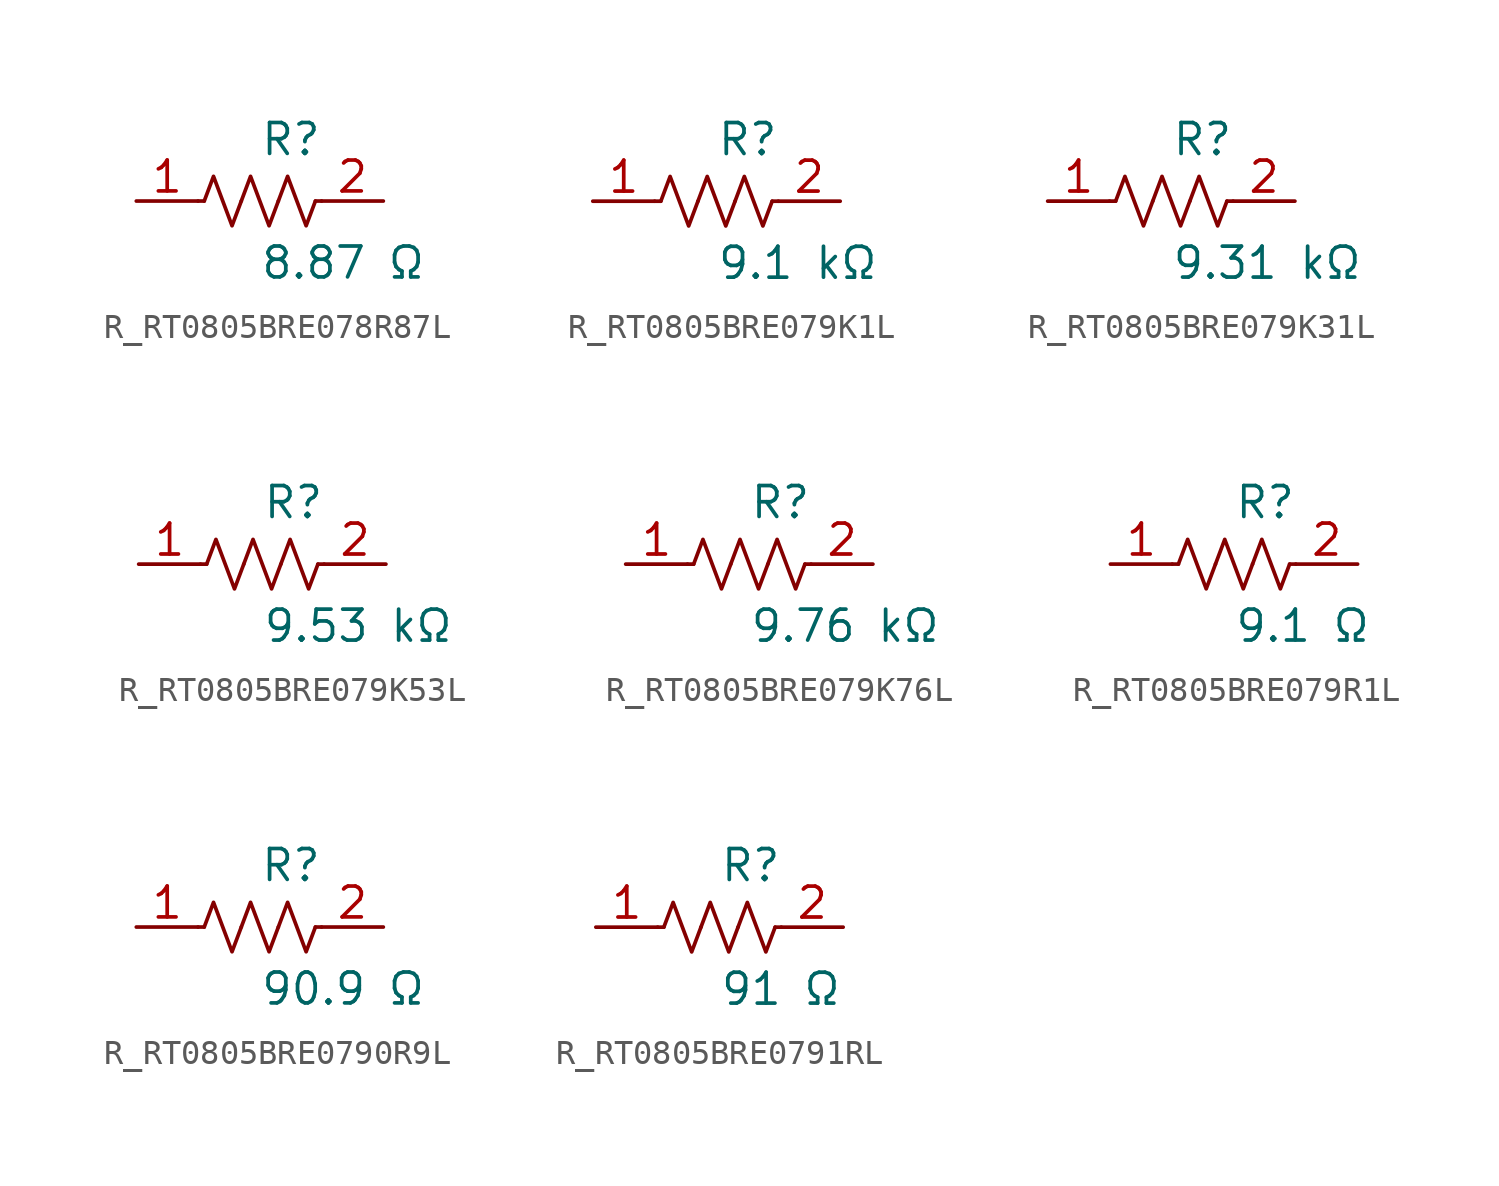
<source format=kicad_sym>
(kicad_symbol_lib
  (version 20231120)
  (generator kicad_symbol_editor)
  (generator_version 8.0)
  (symbol "R_RT0805BRE078R87L"
    (pin_names
      (offset 0.254))
    (property "Reference" "R"
      (at 0.0 2.54 0)
      (effects (font (size 1.27 1.27)) (justify left)))
    (property "Value" "8.87 Ω"
      (at 0.0 -2.54 0)
      (effects (font (size 1.27 1.27)) (justify left)))
    (symbol "R_RT0805BRE078R87L_0_1"
      (polyline (pts (xy 2.286 0) (xy 2.54 0)) (stroke (width 0) (type default)) (fill (type none)))
      (polyline (pts (xy -2.286 0) (xy -2.54 0)) (stroke (width 0) (type default)) (fill (type none)))
      (polyline (pts (xy 0.762 0) (xy 1.143 1.016) (xy 1.524 0) (xy 1.905 -1.016) (xy 2.286 0)) (stroke (width 0) (type default)) (fill (type none)))
      (polyline (pts (xy -0.762 0) (xy -0.381 1.016) (xy 0 0) (xy 0.381 -1.016) (xy 0.762 0)) (stroke (width 0) (type default)) (fill (type none)))
      (polyline (pts (xy -2.286 0) (xy -1.905 1.016) (xy -1.524 0) (xy -1.143 -1.016) (xy -0.762 0)) (stroke (width 0) (type default)) (fill (type none))))
    (pin unspecified line
      (at -5.08 0 0)
      (length 2.54)
      (name "" (effects (font (size 1.27 1.27))))
      (number "1" (effects (font (size 1.27 1.27)))))
    (pin unspecified line
      (at 5.08 0 180)
      (length 2.54)
      (name "" (effects (font (size 1.27 1.27))))
      (number "2" (effects (font (size 1.27 1.27))))))
  (symbol "R_RT0805BRE079K1L"
    (pin_names
      (offset 0.254))
    (property "Reference" "R"
      (at 0.0 2.54 0)
      (effects (font (size 1.27 1.27)) (justify left)))
    (property "Value" "9.1 kΩ"
      (at 0.0 -2.54 0)
      (effects (font (size 1.27 1.27)) (justify left)))
    (symbol "R_RT0805BRE079K1L_0_1"
      (polyline (pts (xy 2.286 0) (xy 2.54 0)) (stroke (width 0) (type default)) (fill (type none)))
      (polyline (pts (xy -2.286 0) (xy -2.54 0)) (stroke (width 0) (type default)) (fill (type none)))
      (polyline (pts (xy 0.762 0) (xy 1.143 1.016) (xy 1.524 0) (xy 1.905 -1.016) (xy 2.286 0)) (stroke (width 0) (type default)) (fill (type none)))
      (polyline (pts (xy -0.762 0) (xy -0.381 1.016) (xy 0 0) (xy 0.381 -1.016) (xy 0.762 0)) (stroke (width 0) (type default)) (fill (type none)))
      (polyline (pts (xy -2.286 0) (xy -1.905 1.016) (xy -1.524 0) (xy -1.143 -1.016) (xy -0.762 0)) (stroke (width 0) (type default)) (fill (type none))))
    (pin unspecified line
      (at -5.08 0 0)
      (length 2.54)
      (name "" (effects (font (size 1.27 1.27))))
      (number "1" (effects (font (size 1.27 1.27)))))
    (pin unspecified line
      (at 5.08 0 180)
      (length 2.54)
      (name "" (effects (font (size 1.27 1.27))))
      (number "2" (effects (font (size 1.27 1.27))))))
  (symbol "R_RT0805BRE079K31L"
    (pin_names
      (offset 0.254))
    (property "Reference" "R"
      (at 0.0 2.54 0)
      (effects (font (size 1.27 1.27)) (justify left)))
    (property "Value" "9.31 kΩ"
      (at 0.0 -2.54 0)
      (effects (font (size 1.27 1.27)) (justify left)))
    (symbol "R_RT0805BRE079K31L_0_1"
      (polyline (pts (xy 2.286 0) (xy 2.54 0)) (stroke (width 0) (type default)) (fill (type none)))
      (polyline (pts (xy -2.286 0) (xy -2.54 0)) (stroke (width 0) (type default)) (fill (type none)))
      (polyline (pts (xy 0.762 0) (xy 1.143 1.016) (xy 1.524 0) (xy 1.905 -1.016) (xy 2.286 0)) (stroke (width 0) (type default)) (fill (type none)))
      (polyline (pts (xy -0.762 0) (xy -0.381 1.016) (xy 0 0) (xy 0.381 -1.016) (xy 0.762 0)) (stroke (width 0) (type default)) (fill (type none)))
      (polyline (pts (xy -2.286 0) (xy -1.905 1.016) (xy -1.524 0) (xy -1.143 -1.016) (xy -0.762 0)) (stroke (width 0) (type default)) (fill (type none))))
    (pin unspecified line
      (at -5.08 0 0)
      (length 2.54)
      (name "" (effects (font (size 1.27 1.27))))
      (number "1" (effects (font (size 1.27 1.27)))))
    (pin unspecified line
      (at 5.08 0 180)
      (length 2.54)
      (name "" (effects (font (size 1.27 1.27))))
      (number "2" (effects (font (size 1.27 1.27))))))
  (symbol "R_RT0805BRE079K53L"
    (pin_names
      (offset 0.254))
    (property "Reference" "R"
      (at 0.0 2.54 0)
      (effects (font (size 1.27 1.27)) (justify left)))
    (property "Value" "9.53 kΩ"
      (at 0.0 -2.54 0)
      (effects (font (size 1.27 1.27)) (justify left)))
    (symbol "R_RT0805BRE079K53L_0_1"
      (polyline (pts (xy 2.286 0) (xy 2.54 0)) (stroke (width 0) (type default)) (fill (type none)))
      (polyline (pts (xy -2.286 0) (xy -2.54 0)) (stroke (width 0) (type default)) (fill (type none)))
      (polyline (pts (xy 0.762 0) (xy 1.143 1.016) (xy 1.524 0) (xy 1.905 -1.016) (xy 2.286 0)) (stroke (width 0) (type default)) (fill (type none)))
      (polyline (pts (xy -0.762 0) (xy -0.381 1.016) (xy 0 0) (xy 0.381 -1.016) (xy 0.762 0)) (stroke (width 0) (type default)) (fill (type none)))
      (polyline (pts (xy -2.286 0) (xy -1.905 1.016) (xy -1.524 0) (xy -1.143 -1.016) (xy -0.762 0)) (stroke (width 0) (type default)) (fill (type none))))
    (pin unspecified line
      (at -5.08 0 0)
      (length 2.54)
      (name "" (effects (font (size 1.27 1.27))))
      (number "1" (effects (font (size 1.27 1.27)))))
    (pin unspecified line
      (at 5.08 0 180)
      (length 2.54)
      (name "" (effects (font (size 1.27 1.27))))
      (number "2" (effects (font (size 1.27 1.27))))))
  (symbol "R_RT0805BRE079K76L"
    (pin_names
      (offset 0.254))
    (property "Reference" "R"
      (at 0.0 2.54 0)
      (effects (font (size 1.27 1.27)) (justify left)))
    (property "Value" "9.76 kΩ"
      (at 0.0 -2.54 0)
      (effects (font (size 1.27 1.27)) (justify left)))
    (symbol "R_RT0805BRE079K76L_0_1"
      (polyline (pts (xy 2.286 0) (xy 2.54 0)) (stroke (width 0) (type default)) (fill (type none)))
      (polyline (pts (xy -2.286 0) (xy -2.54 0)) (stroke (width 0) (type default)) (fill (type none)))
      (polyline (pts (xy 0.762 0) (xy 1.143 1.016) (xy 1.524 0) (xy 1.905 -1.016) (xy 2.286 0)) (stroke (width 0) (type default)) (fill (type none)))
      (polyline (pts (xy -0.762 0) (xy -0.381 1.016) (xy 0 0) (xy 0.381 -1.016) (xy 0.762 0)) (stroke (width 0) (type default)) (fill (type none)))
      (polyline (pts (xy -2.286 0) (xy -1.905 1.016) (xy -1.524 0) (xy -1.143 -1.016) (xy -0.762 0)) (stroke (width 0) (type default)) (fill (type none))))
    (pin unspecified line
      (at -5.08 0 0)
      (length 2.54)
      (name "" (effects (font (size 1.27 1.27))))
      (number "1" (effects (font (size 1.27 1.27)))))
    (pin unspecified line
      (at 5.08 0 180)
      (length 2.54)
      (name "" (effects (font (size 1.27 1.27))))
      (number "2" (effects (font (size 1.27 1.27))))))
  (symbol "R_RT0805BRE079R1L"
    (pin_names
      (offset 0.254))
    (property "Reference" "R"
      (at 0.0 2.54 0)
      (effects (font (size 1.27 1.27)) (justify left)))
    (property "Value" "9.1 Ω"
      (at 0.0 -2.54 0)
      (effects (font (size 1.27 1.27)) (justify left)))
    (symbol "R_RT0805BRE079R1L_0_1"
      (polyline (pts (xy 2.286 0) (xy 2.54 0)) (stroke (width 0) (type default)) (fill (type none)))
      (polyline (pts (xy -2.286 0) (xy -2.54 0)) (stroke (width 0) (type default)) (fill (type none)))
      (polyline (pts (xy 0.762 0) (xy 1.143 1.016) (xy 1.524 0) (xy 1.905 -1.016) (xy 2.286 0)) (stroke (width 0) (type default)) (fill (type none)))
      (polyline (pts (xy -0.762 0) (xy -0.381 1.016) (xy 0 0) (xy 0.381 -1.016) (xy 0.762 0)) (stroke (width 0) (type default)) (fill (type none)))
      (polyline (pts (xy -2.286 0) (xy -1.905 1.016) (xy -1.524 0) (xy -1.143 -1.016) (xy -0.762 0)) (stroke (width 0) (type default)) (fill (type none))))
    (pin unspecified line
      (at -5.08 0 0)
      (length 2.54)
      (name "" (effects (font (size 1.27 1.27))))
      (number "1" (effects (font (size 1.27 1.27)))))
    (pin unspecified line
      (at 5.08 0 180)
      (length 2.54)
      (name "" (effects (font (size 1.27 1.27))))
      (number "2" (effects (font (size 1.27 1.27))))))
  (symbol "R_RT0805BRE0790R9L"
    (pin_names
      (offset 0.254))
    (property "Reference" "R"
      (at 0.0 2.54 0)
      (effects (font (size 1.27 1.27)) (justify left)))
    (property "Value" "90.9 Ω"
      (at 0.0 -2.54 0)
      (effects (font (size 1.27 1.27)) (justify left)))
    (symbol "R_RT0805BRE0790R9L_0_1"
      (polyline (pts (xy 2.286 0) (xy 2.54 0)) (stroke (width 0) (type default)) (fill (type none)))
      (polyline (pts (xy -2.286 0) (xy -2.54 0)) (stroke (width 0) (type default)) (fill (type none)))
      (polyline (pts (xy 0.762 0) (xy 1.143 1.016) (xy 1.524 0) (xy 1.905 -1.016) (xy 2.286 0)) (stroke (width 0) (type default)) (fill (type none)))
      (polyline (pts (xy -0.762 0) (xy -0.381 1.016) (xy 0 0) (xy 0.381 -1.016) (xy 0.762 0)) (stroke (width 0) (type default)) (fill (type none)))
      (polyline (pts (xy -2.286 0) (xy -1.905 1.016) (xy -1.524 0) (xy -1.143 -1.016) (xy -0.762 0)) (stroke (width 0) (type default)) (fill (type none))))
    (pin unspecified line
      (at -5.08 0 0)
      (length 2.54)
      (name "" (effects (font (size 1.27 1.27))))
      (number "1" (effects (font (size 1.27 1.27)))))
    (pin unspecified line
      (at 5.08 0 180)
      (length 2.54)
      (name "" (effects (font (size 1.27 1.27))))
      (number "2" (effects (font (size 1.27 1.27))))))
  (symbol "R_RT0805BRE0791RL"
    (pin_names
      (offset 0.254))
    (property "Reference" "R"
      (at 0.0 2.54 0)
      (effects (font (size 1.27 1.27)) (justify left)))
    (property "Value" "91 Ω"
      (at 0.0 -2.54 0)
      (effects (font (size 1.27 1.27)) (justify left)))
    (symbol "R_RT0805BRE0791RL_0_1"
      (polyline (pts (xy 2.286 0) (xy 2.54 0)) (stroke (width 0) (type default)) (fill (type none)))
      (polyline (pts (xy -2.286 0) (xy -2.54 0)) (stroke (width 0) (type default)) (fill (type none)))
      (polyline (pts (xy 0.762 0) (xy 1.143 1.016) (xy 1.524 0) (xy 1.905 -1.016) (xy 2.286 0)) (stroke (width 0) (type default)) (fill (type none)))
      (polyline (pts (xy -0.762 0) (xy -0.381 1.016) (xy 0 0) (xy 0.381 -1.016) (xy 0.762 0)) (stroke (width 0) (type default)) (fill (type none)))
      (polyline (pts (xy -2.286 0) (xy -1.905 1.016) (xy -1.524 0) (xy -1.143 -1.016) (xy -0.762 0)) (stroke (width 0) (type default)) (fill (type none))))
    (pin unspecified line
      (at -5.08 0 0)
      (length 2.54)
      (name "" (effects (font (size 1.27 1.27))))
      (number "1" (effects (font (size 1.27 1.27)))))
    (pin unspecified line
      (at 5.08 0 180)
      (length 2.54)
      (name "" (effects (font (size 1.27 1.27))))
      (number "2" (effects (font (size 1.27 1.27)))))))
</source>
